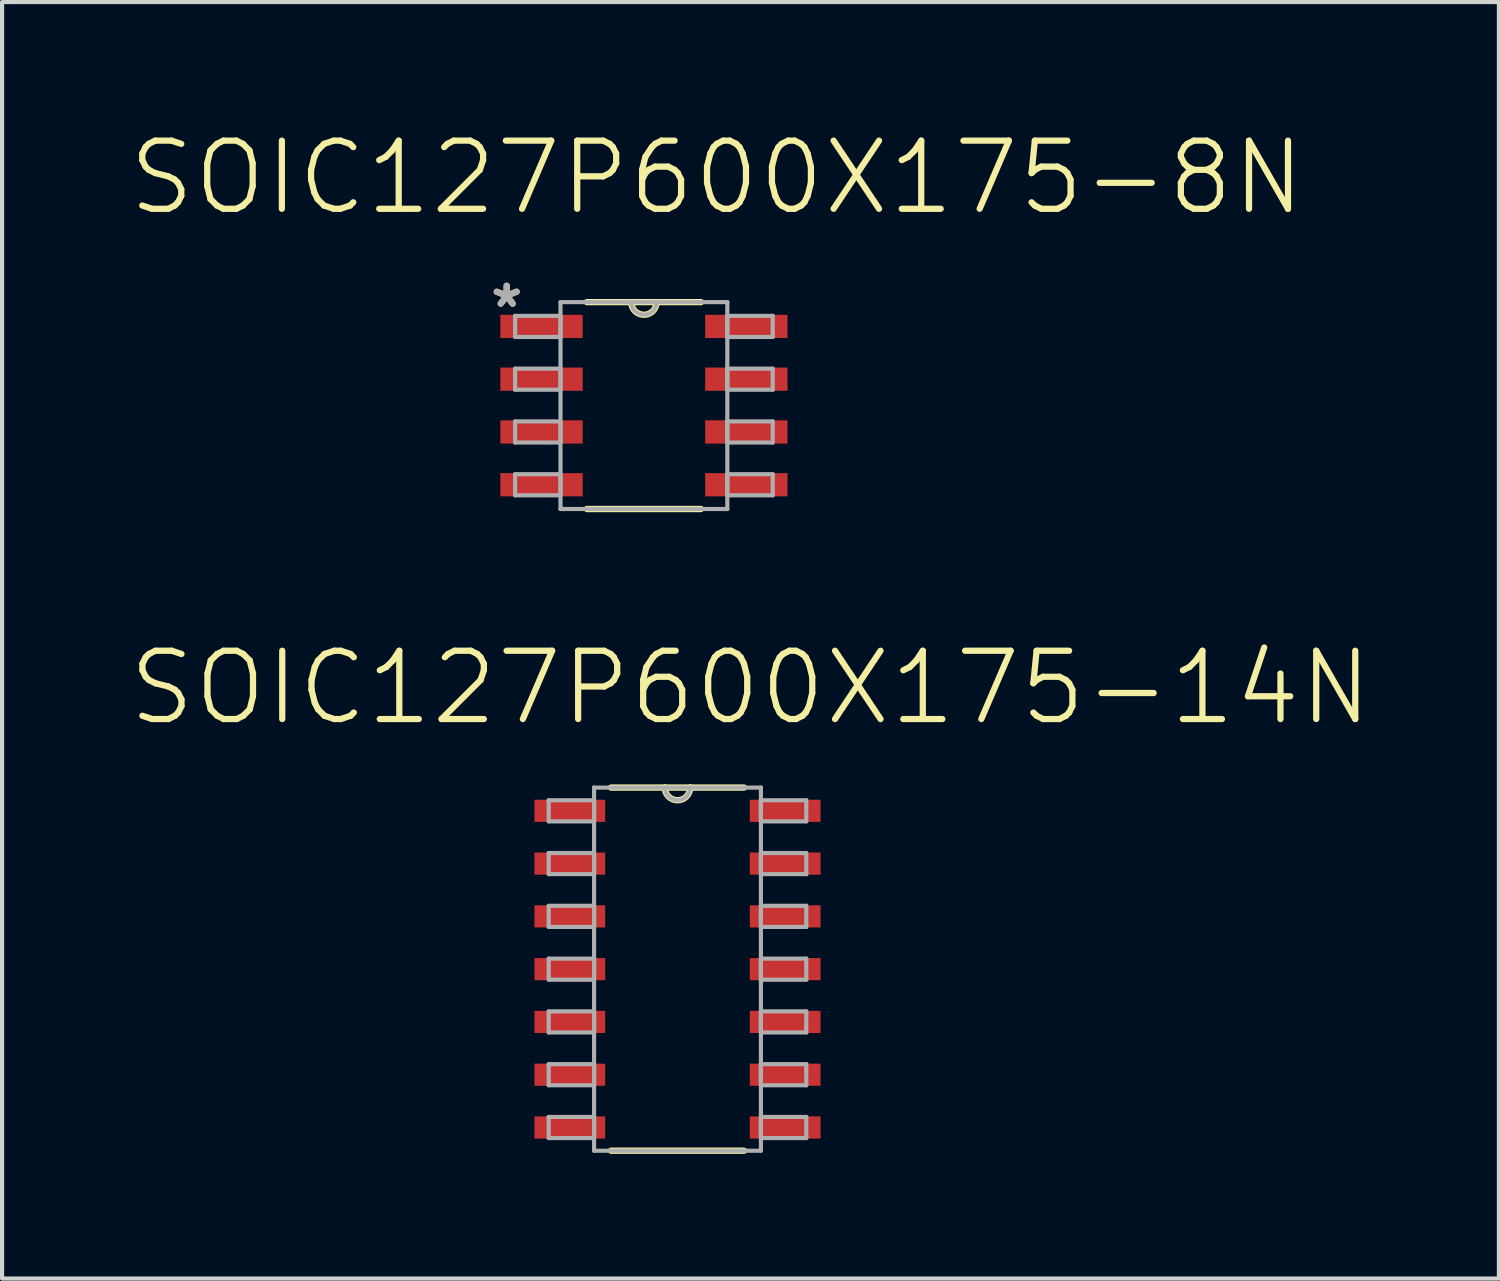
<source format=kicad_pcb>
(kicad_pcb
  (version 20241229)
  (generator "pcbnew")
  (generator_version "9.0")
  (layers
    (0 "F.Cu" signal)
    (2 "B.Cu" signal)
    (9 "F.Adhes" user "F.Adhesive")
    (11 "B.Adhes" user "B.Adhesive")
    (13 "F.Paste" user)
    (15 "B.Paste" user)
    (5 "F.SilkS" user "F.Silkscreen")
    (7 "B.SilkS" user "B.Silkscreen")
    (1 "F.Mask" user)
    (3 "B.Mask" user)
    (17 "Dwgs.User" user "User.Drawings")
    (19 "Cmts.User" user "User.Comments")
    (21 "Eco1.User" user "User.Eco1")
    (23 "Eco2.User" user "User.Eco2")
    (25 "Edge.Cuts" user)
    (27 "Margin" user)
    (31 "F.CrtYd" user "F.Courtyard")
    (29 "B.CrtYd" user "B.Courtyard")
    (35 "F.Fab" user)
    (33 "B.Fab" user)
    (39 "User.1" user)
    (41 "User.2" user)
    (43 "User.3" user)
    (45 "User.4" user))
  (footprint "SOIC127P600X175-8N"
    (layer "F.Cu")
    (at 12.444 6.709)
    (property "Reference" "SOIC127P600X175-8N" (at 1.753 -5.486 0) (layer "F.SilkS") (effects (font (size 1.64 1.64) (thickness 0.15))))
    (attr through_hole)
    (fp_line (start -1.372 2.489) (end 1.372 2.489) (stroke (width 0.152) (type solid)) (layer "F.SilkS"))
    (fp_line (start -0.305 -2.489) (end -1.372 -2.489) (stroke (width 0.152) (type solid)) (layer "F.SilkS"))
    (fp_line (start 0.305 -2.489) (end -0.305 -2.489) (stroke (width 0.152) (type solid)) (layer "F.SilkS"))
    (fp_line (start 1.372 -2.489) (end 0.305 -2.489) (stroke (width 0.152) (type solid)) (layer "F.SilkS"))
    (fp_arc (start 0.3048 -2.4892) (mid 0 -2.1844) (end -0.3048 -2.4892) (stroke (width 0.1524) (type solid)) (layer "F.SilkS"))
    (fp_line (start -3.099 -2.159) (end -3.099 -1.651) (stroke (width 0.1) (type solid)) (layer "F.Fab"))
    (fp_line (start -3.099 -1.651) (end -2.007 -1.651) (stroke (width 0.1) (type solid)) (layer "F.Fab"))
    (fp_line (start -3.099 -0.889) (end -3.099 -0.381) (stroke (width 0.1) (type solid)) (layer "F.Fab"))
    (fp_line (start -3.099 -0.381) (end -2.007 -0.381) (stroke (width 0.1) (type solid)) (layer "F.Fab"))
    (fp_line (start -3.099 0.381) (end -3.099 0.889) (stroke (width 0.1) (type solid)) (layer "F.Fab"))
    (fp_line (start -3.099 0.889) (end -2.007 0.889) (stroke (width 0.1) (type solid)) (layer "F.Fab"))
    (fp_line (start -3.099 1.651) (end -3.099 2.159) (stroke (width 0.1) (type solid)) (layer "F.Fab"))
    (fp_line (start -3.099 2.159) (end -2.007 2.159) (stroke (width 0.1) (type solid)) (layer "F.Fab"))
    (fp_line (start -2.007 -2.489) (end -2.007 2.489) (stroke (width 0.1) (type solid)) (layer "F.Fab"))
    (fp_line (start -2.007 -2.159) (end -3.099 -2.159) (stroke (width 0.1) (type solid)) (layer "F.Fab"))
    (fp_line (start -2.007 -1.651) (end -2.007 -2.159) (stroke (width 0.1) (type solid)) (layer "F.Fab"))
    (fp_line (start -2.007 -0.889) (end -3.099 -0.889) (stroke (width 0.1) (type solid)) (layer "F.Fab"))
    (fp_line (start -2.007 -0.381) (end -2.007 -0.889) (stroke (width 0.1) (type solid)) (layer "F.Fab"))
    (fp_line (start -2.007 0.381) (end -3.099 0.381) (stroke (width 0.1) (type solid)) (layer "F.Fab"))
    (fp_line (start -2.007 0.889) (end -2.007 0.381) (stroke (width 0.1) (type solid)) (layer "F.Fab"))
    (fp_line (start -2.007 1.651) (end -3.099 1.651) (stroke (width 0.1) (type solid)) (layer "F.Fab"))
    (fp_line (start -2.007 2.159) (end -2.007 1.651) (stroke (width 0.1) (type solid)) (layer "F.Fab"))
    (fp_line (start -2.007 2.489) (end 2.007 2.489) (stroke (width 0.1) (type solid)) (layer "F.Fab"))
    (fp_line (start -0.305 -2.489) (end -2.007 -2.489) (stroke (width 0.1) (type solid)) (layer "F.Fab"))
    (fp_line (start 0.305 -2.489) (end -0.305 -2.489) (stroke (width 0.1) (type solid)) (layer "F.Fab"))
    (fp_line (start 2.007 -2.489) (end 0.305 -2.489) (stroke (width 0.1) (type solid)) (layer "F.Fab"))
    (fp_line (start 2.007 -2.159) (end 2.007 -1.651) (stroke (width 0.1) (type solid)) (layer "F.Fab"))
    (fp_line (start 2.007 -1.651) (end 3.099 -1.651) (stroke (width 0.1) (type solid)) (layer "F.Fab"))
    (fp_line (start 2.007 -0.889) (end 2.007 -0.381) (stroke (width 0.1) (type solid)) (layer "F.Fab"))
    (fp_line (start 2.007 -0.381) (end 3.099 -0.381) (stroke (width 0.1) (type solid)) (layer "F.Fab"))
    (fp_line (start 2.007 0.381) (end 2.007 0.889) (stroke (width 0.1) (type solid)) (layer "F.Fab"))
    (fp_line (start 2.007 0.889) (end 3.099 0.889) (stroke (width 0.1) (type solid)) (layer "F.Fab"))
    (fp_line (start 2.007 1.651) (end 2.007 2.159) (stroke (width 0.1) (type solid)) (layer "F.Fab"))
    (fp_line (start 2.007 2.159) (end 3.099 2.159) (stroke (width 0.1) (type solid)) (layer "F.Fab"))
    (fp_line (start 2.007 2.489) (end 2.007 -2.489) (stroke (width 0.1) (type solid)) (layer "F.Fab"))
    (fp_line (start 3.099 -2.159) (end 2.007 -2.159) (stroke (width 0.1) (type solid)) (layer "F.Fab"))
    (fp_line (start 3.099 -1.651) (end 3.099 -2.159) (stroke (width 0.1) (type solid)) (layer "F.Fab"))
    (fp_line (start 3.099 -0.889) (end 2.007 -0.889) (stroke (width 0.1) (type solid)) (layer "F.Fab"))
    (fp_line (start 3.099 -0.381) (end 3.099 -0.889) (stroke (width 0.1) (type solid)) (layer "F.Fab"))
    (fp_line (start 3.099 0.381) (end 2.007 0.381) (stroke (width 0.1) (type solid)) (layer "F.Fab"))
    (fp_line (start 3.099 0.889) (end 3.099 0.381) (stroke (width 0.1) (type solid)) (layer "F.Fab"))
    (fp_line (start 3.099 1.651) (end 2.007 1.651) (stroke (width 0.1) (type solid)) (layer "F.Fab"))
    (fp_line (start 3.099 2.159) (end 3.099 1.651) (stroke (width 0.1) (type solid)) (layer "F.Fab"))
    (fp_arc (start 0.3048 -2.4892) (mid 0 -2.1844) (end -0.3048 -2.4892) (stroke (width 0.1) (type solid)) (layer "F.Fab"))
    (fp_text user "*" (at -3.302 -2.337 0) (layer "F.SilkS") (effects (font (size 1 1) (thickness 0.15))))
    (fp_text user "*" (at -3.302 -2.337 0) (layer "F.Fab") (effects (font (size 1 1) (thickness 0.15))))
    (pad "1" smd rect (at -2.464 -1.905) (size 1.981 0.559) (layers "F.Cu" "F.Mask" "F.Paste"))
    (pad "2" smd rect (at -2.464 -0.635) (size 1.981 0.559) (layers "F.Cu" "F.Mask" "F.Paste"))
    (pad "3" smd rect (at -2.464 0.635) (size 1.981 0.559) (layers "F.Cu" "F.Mask" "F.Paste"))
    (pad "4" smd rect (at -2.464 1.905) (size 1.981 0.559) (layers "F.Cu" "F.Mask" "F.Paste"))
    (pad "5" smd rect (at 2.464 1.905) (size 1.981 0.559) (layers "F.Cu" "F.Mask" "F.Paste"))
    (pad "6" smd rect (at 2.464 0.635) (size 1.981 0.559) (layers "F.Cu" "F.Mask" "F.Paste"))
    (pad "7" smd rect (at 2.464 -0.635) (size 1.981 0.559) (layers "F.Cu" "F.Mask" "F.Paste"))
    (pad "8" smd rect (at 2.464 -1.905) (size 1.981 0.559) (layers "F.Cu" "F.Mask" "F.Paste")))
  (footprint "SOIC127P600X175-14N"
    (layer "F.Cu")
    (at 13.252 20.27)
    (property "Reference" "SOIC127P600X175-14N" (at 1.756 -6.771 0) (layer "F.SilkS") (effects (font (size 1.643 1.643) (thickness 0.15))))
    (attr through_hole)
    (fp_line (start -1.6 4.369) (end 1.6 4.369) (stroke (width 0.152) (type solid)) (layer "F.SilkS"))
    (fp_line (start -0.305 -4.369) (end -1.6 -4.369) (stroke (width 0.152) (type solid)) (layer "F.SilkS"))
    (fp_line (start 0.305 -4.369) (end -0.305 -4.369) (stroke (width 0.152) (type solid)) (layer "F.SilkS"))
    (fp_line (start 1.6 -4.369) (end 0.305 -4.369) (stroke (width 0.152) (type solid)) (layer "F.SilkS"))
    (fp_arc (start 0.3048 -4.3688) (mid 0 -4.064) (end -0.3048 -4.3688) (stroke (width 0.1524) (type solid)) (layer "F.SilkS"))
    (fp_line (start -3.099 -4.064) (end -3.099 -3.556) (stroke (width 0.1) (type solid)) (layer "F.Fab"))
    (fp_line (start -3.099 -3.556) (end -2.007 -3.556) (stroke (width 0.1) (type solid)) (layer "F.Fab"))
    (fp_line (start -3.099 -2.794) (end -3.099 -2.286) (stroke (width 0.1) (type solid)) (layer "F.Fab"))
    (fp_line (start -3.099 -2.286) (end -2.007 -2.286) (stroke (width 0.1) (type solid)) (layer "F.Fab"))
    (fp_line (start -3.099 -1.524) (end -3.099 -1.016) (stroke (width 0.1) (type solid)) (layer "F.Fab"))
    (fp_line (start -3.099 -1.016) (end -2.007 -1.016) (stroke (width 0.1) (type solid)) (layer "F.Fab"))
    (fp_line (start -3.099 -0.254) (end -3.099 0.254) (stroke (width 0.1) (type solid)) (layer "F.Fab"))
    (fp_line (start -3.099 0.254) (end -2.007 0.254) (stroke (width 0.1) (type solid)) (layer "F.Fab"))
    (fp_line (start -3.099 1.016) (end -3.099 1.524) (stroke (width 0.1) (type solid)) (layer "F.Fab"))
    (fp_line (start -3.099 1.524) (end -2.007 1.524) (stroke (width 0.1) (type solid)) (layer "F.Fab"))
    (fp_line (start -3.099 2.286) (end -3.099 2.794) (stroke (width 0.1) (type solid)) (layer "F.Fab"))
    (fp_line (start -3.099 2.794) (end -2.007 2.794) (stroke (width 0.1) (type solid)) (layer "F.Fab"))
    (fp_line (start -3.099 3.556) (end -3.099 4.064) (stroke (width 0.1) (type solid)) (layer "F.Fab"))
    (fp_line (start -3.099 4.064) (end -2.007 4.064) (stroke (width 0.1) (type solid)) (layer "F.Fab"))
    (fp_line (start -2.007 -4.369) (end -2.007 4.369) (stroke (width 0.1) (type solid)) (layer "F.Fab"))
    (fp_line (start -2.007 -4.064) (end -3.099 -4.064) (stroke (width 0.1) (type solid)) (layer "F.Fab"))
    (fp_line (start -2.007 -3.556) (end -2.007 -4.064) (stroke (width 0.1) (type solid)) (layer "F.Fab"))
    (fp_line (start -2.007 -2.794) (end -3.099 -2.794) (stroke (width 0.1) (type solid)) (layer "F.Fab"))
    (fp_line (start -2.007 -2.286) (end -2.007 -2.794) (stroke (width 0.1) (type solid)) (layer "F.Fab"))
    (fp_line (start -2.007 -1.524) (end -3.099 -1.524) (stroke (width 0.1) (type solid)) (layer "F.Fab"))
    (fp_line (start -2.007 -1.016) (end -2.007 -1.524) (stroke (width 0.1) (type solid)) (layer "F.Fab"))
    (fp_line (start -2.007 -0.254) (end -3.099 -0.254) (stroke (width 0.1) (type solid)) (layer "F.Fab"))
    (fp_line (start -2.007 0.254) (end -2.007 -0.254) (stroke (width 0.1) (type solid)) (layer "F.Fab"))
    (fp_line (start -2.007 1.016) (end -3.099 1.016) (stroke (width 0.1) (type solid)) (layer "F.Fab"))
    (fp_line (start -2.007 1.524) (end -2.007 1.016) (stroke (width 0.1) (type solid)) (layer "F.Fab"))
    (fp_line (start -2.007 2.286) (end -3.099 2.286) (stroke (width 0.1) (type solid)) (layer "F.Fab"))
    (fp_line (start -2.007 2.794) (end -2.007 2.286) (stroke (width 0.1) (type solid)) (layer "F.Fab"))
    (fp_line (start -2.007 3.556) (end -3.099 3.556) (stroke (width 0.1) (type solid)) (layer "F.Fab"))
    (fp_line (start -2.007 4.064) (end -2.007 3.556) (stroke (width 0.1) (type solid)) (layer "F.Fab"))
    (fp_line (start -2.007 4.369) (end 2.007 4.369) (stroke (width 0.1) (type solid)) (layer "F.Fab"))
    (fp_line (start -0.305 -4.369) (end -2.007 -4.369) (stroke (width 0.1) (type solid)) (layer "F.Fab"))
    (fp_line (start 0.305 -4.369) (end -0.305 -4.369) (stroke (width 0.1) (type solid)) (layer "F.Fab"))
    (fp_line (start 2.007 -4.369) (end 0.305 -4.369) (stroke (width 0.1) (type solid)) (layer "F.Fab"))
    (fp_line (start 2.007 -4.064) (end 2.007 -3.556) (stroke (width 0.1) (type solid)) (layer "F.Fab"))
    (fp_line (start 2.007 -3.556) (end 3.099 -3.556) (stroke (width 0.1) (type solid)) (layer "F.Fab"))
    (fp_line (start 2.007 -2.794) (end 2.007 -2.286) (stroke (width 0.1) (type solid)) (layer "F.Fab"))
    (fp_line (start 2.007 -2.286) (end 3.099 -2.286) (stroke (width 0.1) (type solid)) (layer "F.Fab"))
    (fp_line (start 2.007 -1.524) (end 2.007 -1.016) (stroke (width 0.1) (type solid)) (layer "F.Fab"))
    (fp_line (start 2.007 -1.016) (end 3.099 -1.016) (stroke (width 0.1) (type solid)) (layer "F.Fab"))
    (fp_line (start 2.007 -0.254) (end 2.007 0.254) (stroke (width 0.1) (type solid)) (layer "F.Fab"))
    (fp_line (start 2.007 0.254) (end 3.099 0.254) (stroke (width 0.1) (type solid)) (layer "F.Fab"))
    (fp_line (start 2.007 1.016) (end 2.007 1.524) (stroke (width 0.1) (type solid)) (layer "F.Fab"))
    (fp_line (start 2.007 1.524) (end 3.099 1.524) (stroke (width 0.1) (type solid)) (layer "F.Fab"))
    (fp_line (start 2.007 2.286) (end 2.007 2.794) (stroke (width 0.1) (type solid)) (layer "F.Fab"))
    (fp_line (start 2.007 2.794) (end 3.099 2.794) (stroke (width 0.1) (type solid)) (layer "F.Fab"))
    (fp_line (start 2.007 3.556) (end 2.007 4.064) (stroke (width 0.1) (type solid)) (layer "F.Fab"))
    (fp_line (start 2.007 4.064) (end 3.099 4.064) (stroke (width 0.1) (type solid)) (layer "F.Fab"))
    (fp_line (start 2.007 4.369) (end 2.007 -4.369) (stroke (width 0.1) (type solid)) (layer "F.Fab"))
    (fp_line (start 3.099 -4.064) (end 2.007 -4.064) (stroke (width 0.1) (type solid)) (layer "F.Fab"))
    (fp_line (start 3.099 -3.556) (end 3.099 -4.064) (stroke (width 0.1) (type solid)) (layer "F.Fab"))
    (fp_line (start 3.099 -2.794) (end 2.007 -2.794) (stroke (width 0.1) (type solid)) (layer "F.Fab"))
    (fp_line (start 3.099 -2.286) (end 3.099 -2.794) (stroke (width 0.1) (type solid)) (layer "F.Fab"))
    (fp_line (start 3.099 -1.524) (end 2.007 -1.524) (stroke (width 0.1) (type solid)) (layer "F.Fab"))
    (fp_line (start 3.099 -1.016) (end 3.099 -1.524) (stroke (width 0.1) (type solid)) (layer "F.Fab"))
    (fp_line (start 3.099 -0.254) (end 2.007 -0.254) (stroke (width 0.1) (type solid)) (layer "F.Fab"))
    (fp_line (start 3.099 0.254) (end 3.099 -0.254) (stroke (width 0.1) (type solid)) (layer "F.Fab"))
    (fp_line (start 3.099 1.016) (end 2.007 1.016) (stroke (width 0.1) (type solid)) (layer "F.Fab"))
    (fp_line (start 3.099 1.524) (end 3.099 1.016) (stroke (width 0.1) (type solid)) (layer "F.Fab"))
    (fp_line (start 3.099 2.286) (end 2.007 2.286) (stroke (width 0.1) (type solid)) (layer "F.Fab"))
    (fp_line (start 3.099 2.794) (end 3.099 2.286) (stroke (width 0.1) (type solid)) (layer "F.Fab"))
    (fp_line (start 3.099 3.556) (end 2.007 3.556) (stroke (width 0.1) (type solid)) (layer "F.Fab"))
    (fp_line (start 3.099 4.064) (end 3.099 3.556) (stroke (width 0.1) (type solid)) (layer "F.Fab"))
    (fp_arc (start 0.3048 -4.3688) (mid 0 -4.064) (end -0.3048 -4.3688) (stroke (width 0.1) (type solid)) (layer "F.Fab"))
    (pad "1" smd rect (at -2.591 -3.81) (size 1.702 0.533) (layers "F.Cu" "F.Mask" "F.Paste"))
    (pad "2" smd rect (at -2.591 -2.54) (size 1.702 0.533) (layers "F.Cu" "F.Mask" "F.Paste"))
    (pad "3" smd rect (at -2.591 -1.27) (size 1.702 0.533) (layers "F.Cu" "F.Mask" "F.Paste"))
    (pad "4" smd rect (at -2.591 0) (size 1.702 0.533) (layers "F.Cu" "F.Mask" "F.Paste"))
    (pad "5" smd rect (at -2.591 1.27) (size 1.702 0.533) (layers "F.Cu" "F.Mask" "F.Paste"))
    (pad "6" smd rect (at -2.591 2.54) (size 1.702 0.533) (layers "F.Cu" "F.Mask" "F.Paste"))
    (pad "7" smd rect (at -2.591 3.81) (size 1.702 0.533) (layers "F.Cu" "F.Mask" "F.Paste"))
    (pad "8" smd rect (at 2.591 3.81) (size 1.702 0.533) (layers "F.Cu" "F.Mask" "F.Paste"))
    (pad "9" smd rect (at 2.591 2.54) (size 1.702 0.533) (layers "F.Cu" "F.Mask" "F.Paste"))
    (pad "10" smd rect (at 2.591 1.27) (size 1.702 0.533) (layers "F.Cu" "F.Mask" "F.Paste"))
    (pad "11" smd rect (at 2.591 0) (size 1.702 0.533) (layers "F.Cu" "F.Mask" "F.Paste"))
    (pad "12" smd rect (at 2.591 -1.27) (size 1.702 0.533) (layers "F.Cu" "F.Mask" "F.Paste"))
    (pad "13" smd rect (at 2.591 -2.54) (size 1.702 0.533) (layers "F.Cu" "F.Mask" "F.Paste"))
    (pad "14" smd rect (at 2.591 -3.81) (size 1.702 0.533) (layers "F.Cu" "F.Mask" "F.Paste")))
  (gr_rect
    (start -3 -3)
    (end 33.017 27.715)
    (stroke (width 0.1) (type default))
    (fill no)
    (layer "Edge.Cuts")))
</source>
